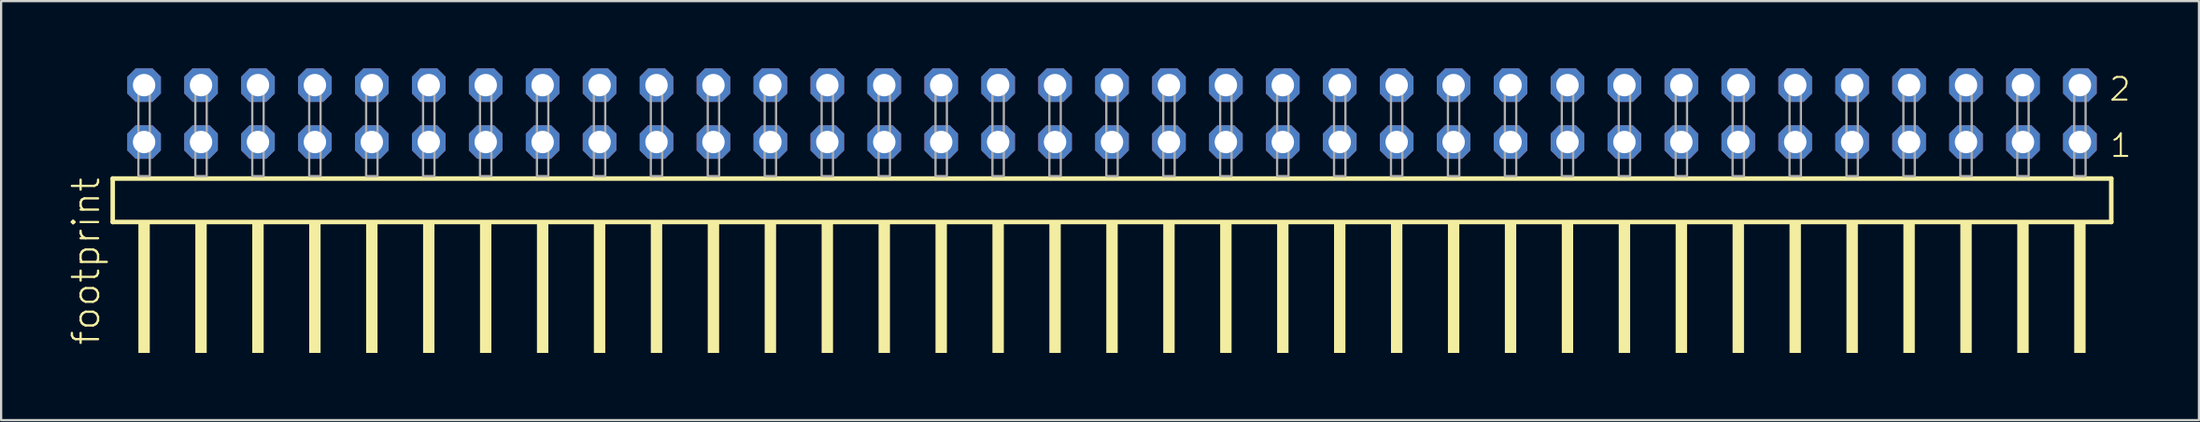
<source format=kicad_pcb>
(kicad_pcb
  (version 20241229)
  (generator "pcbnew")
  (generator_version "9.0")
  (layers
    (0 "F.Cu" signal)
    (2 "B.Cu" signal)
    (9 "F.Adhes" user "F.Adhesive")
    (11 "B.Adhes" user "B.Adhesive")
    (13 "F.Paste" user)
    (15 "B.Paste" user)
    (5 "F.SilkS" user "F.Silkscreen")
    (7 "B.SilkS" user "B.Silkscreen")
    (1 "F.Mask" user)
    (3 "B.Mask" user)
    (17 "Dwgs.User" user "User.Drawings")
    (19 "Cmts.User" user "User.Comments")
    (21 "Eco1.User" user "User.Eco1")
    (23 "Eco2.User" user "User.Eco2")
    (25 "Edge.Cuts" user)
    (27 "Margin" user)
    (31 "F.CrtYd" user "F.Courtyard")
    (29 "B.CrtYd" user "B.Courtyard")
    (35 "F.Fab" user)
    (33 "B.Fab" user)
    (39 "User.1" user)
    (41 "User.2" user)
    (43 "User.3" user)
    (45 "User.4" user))
  (footprint "footprint"
    (layer "F.Cu")
    (at 46.558 4.814)
    (property "Reference" "footprint" (at -45.085 7.62 90) (layer "F.SilkS") (effects (font (size 1.168 1.168) (thickness 0.102)) (justify left bottom)))
    (fp_line (start -44.579 0.106) (end -44.579 2.046) (stroke (width 0.203) (type solid)) (layer "F.SilkS"))
    (fp_line (start -44.579 2.046) (end 44.579 2.046) (stroke (width 0.203) (type solid)) (layer "F.SilkS"))
    (fp_line (start 44.579 0.106) (end -44.579 0.106) (stroke (width 0.203) (type solid)) (layer "F.SilkS"))
    (fp_line (start 44.579 2.046) (end 44.579 0.106) (stroke (width 0.203) (type solid)) (layer "F.SilkS"))
    (fp_poly (pts (xy -43.434 7.89) (xy -42.926 7.89) (xy -42.926 2.04) (xy -43.434 2.04)) (stroke (width 0) (type solid)) (fill yes) (layer "F.SilkS"))
    (fp_poly (pts (xy -40.894 7.89) (xy -40.386 7.89) (xy -40.386 2.04) (xy -40.894 2.04)) (stroke (width 0) (type solid)) (fill yes) (layer "F.SilkS"))
    (fp_poly (pts (xy -38.354 7.89) (xy -37.846 7.89) (xy -37.846 2.04) (xy -38.354 2.04)) (stroke (width 0) (type solid)) (fill yes) (layer "F.SilkS"))
    (fp_poly (pts (xy -35.814 7.89) (xy -35.306 7.89) (xy -35.306 2.04) (xy -35.814 2.04)) (stroke (width 0) (type solid)) (fill yes) (layer "F.SilkS"))
    (fp_poly (pts (xy -33.274 7.89) (xy -32.766 7.89) (xy -32.766 2.04) (xy -33.274 2.04)) (stroke (width 0) (type solid)) (fill yes) (layer "F.SilkS"))
    (fp_poly (pts (xy -30.734 7.89) (xy -30.226 7.89) (xy -30.226 2.04) (xy -30.734 2.04)) (stroke (width 0) (type solid)) (fill yes) (layer "F.SilkS"))
    (fp_poly (pts (xy -28.194 7.89) (xy -27.686 7.89) (xy -27.686 2.04) (xy -28.194 2.04)) (stroke (width 0) (type solid)) (fill yes) (layer "F.SilkS"))
    (fp_poly (pts (xy -25.654 7.89) (xy -25.146 7.89) (xy -25.146 2.04) (xy -25.654 2.04)) (stroke (width 0) (type solid)) (fill yes) (layer "F.SilkS"))
    (fp_poly (pts (xy -23.114 7.89) (xy -22.606 7.89) (xy -22.606 2.04) (xy -23.114 2.04)) (stroke (width 0) (type solid)) (fill yes) (layer "F.SilkS"))
    (fp_poly (pts (xy -20.574 7.89) (xy -20.066 7.89) (xy -20.066 2.04) (xy -20.574 2.04)) (stroke (width 0) (type solid)) (fill yes) (layer "F.SilkS"))
    (fp_poly (pts (xy -18.034 7.89) (xy -17.526 7.89) (xy -17.526 2.04) (xy -18.034 2.04)) (stroke (width 0) (type solid)) (fill yes) (layer "F.SilkS"))
    (fp_poly (pts (xy -15.494 7.89) (xy -14.986 7.89) (xy -14.986 2.04) (xy -15.494 2.04)) (stroke (width 0) (type solid)) (fill yes) (layer "F.SilkS"))
    (fp_poly (pts (xy -12.954 7.89) (xy -12.446 7.89) (xy -12.446 2.04) (xy -12.954 2.04)) (stroke (width 0) (type solid)) (fill yes) (layer "F.SilkS"))
    (fp_poly (pts (xy -10.414 7.89) (xy -9.906 7.89) (xy -9.906 2.04) (xy -10.414 2.04)) (stroke (width 0) (type solid)) (fill yes) (layer "F.SilkS"))
    (fp_poly (pts (xy -7.874 7.89) (xy -7.366 7.89) (xy -7.366 2.04) (xy -7.874 2.04)) (stroke (width 0) (type solid)) (fill yes) (layer "F.SilkS"))
    (fp_poly (pts (xy -5.334 7.89) (xy -4.826 7.89) (xy -4.826 2.04) (xy -5.334 2.04)) (stroke (width 0) (type solid)) (fill yes) (layer "F.SilkS"))
    (fp_poly (pts (xy -2.794 7.89) (xy -2.286 7.89) (xy -2.286 2.04) (xy -2.794 2.04)) (stroke (width 0) (type solid)) (fill yes) (layer "F.SilkS"))
    (fp_poly (pts (xy -0.254 7.89) (xy 0.254 7.89) (xy 0.254 2.04) (xy -0.254 2.04)) (stroke (width 0) (type solid)) (fill yes) (layer "F.SilkS"))
    (fp_poly (pts (xy 2.286 7.89) (xy 2.794 7.89) (xy 2.794 2.04) (xy 2.286 2.04)) (stroke (width 0) (type solid)) (fill yes) (layer "F.SilkS"))
    (fp_poly (pts (xy 4.826 7.89) (xy 5.334 7.89) (xy 5.334 2.04) (xy 4.826 2.04)) (stroke (width 0) (type solid)) (fill yes) (layer "F.SilkS"))
    (fp_poly (pts (xy 7.366 7.89) (xy 7.874 7.89) (xy 7.874 2.04) (xy 7.366 2.04)) (stroke (width 0) (type solid)) (fill yes) (layer "F.SilkS"))
    (fp_poly (pts (xy 9.906 7.89) (xy 10.414 7.89) (xy 10.414 2.04) (xy 9.906 2.04)) (stroke (width 0) (type solid)) (fill yes) (layer "F.SilkS"))
    (fp_poly (pts (xy 12.446 7.89) (xy 12.954 7.89) (xy 12.954 2.04) (xy 12.446 2.04)) (stroke (width 0) (type solid)) (fill yes) (layer "F.SilkS"))
    (fp_poly (pts (xy 14.986 7.89) (xy 15.494 7.89) (xy 15.494 2.04) (xy 14.986 2.04)) (stroke (width 0) (type solid)) (fill yes) (layer "F.SilkS"))
    (fp_poly (pts (xy 17.526 7.89) (xy 18.034 7.89) (xy 18.034 2.04) (xy 17.526 2.04)) (stroke (width 0) (type solid)) (fill yes) (layer "F.SilkS"))
    (fp_poly (pts (xy 20.066 7.89) (xy 20.574 7.89) (xy 20.574 2.04) (xy 20.066 2.04)) (stroke (width 0) (type solid)) (fill yes) (layer "F.SilkS"))
    (fp_poly (pts (xy 22.606 7.89) (xy 23.114 7.89) (xy 23.114 2.04) (xy 22.606 2.04)) (stroke (width 0) (type solid)) (fill yes) (layer "F.SilkS"))
    (fp_poly (pts (xy 25.146 7.89) (xy 25.654 7.89) (xy 25.654 2.04) (xy 25.146 2.04)) (stroke (width 0) (type solid)) (fill yes) (layer "F.SilkS"))
    (fp_poly (pts (xy 27.686 7.89) (xy 28.194 7.89) (xy 28.194 2.04) (xy 27.686 2.04)) (stroke (width 0) (type solid)) (fill yes) (layer "F.SilkS"))
    (fp_poly (pts (xy 30.226 7.89) (xy 30.734 7.89) (xy 30.734 2.04) (xy 30.226 2.04)) (stroke (width 0) (type solid)) (fill yes) (layer "F.SilkS"))
    (fp_poly (pts (xy 32.766 7.89) (xy 33.274 7.89) (xy 33.274 2.04) (xy 32.766 2.04)) (stroke (width 0) (type solid)) (fill yes) (layer "F.SilkS"))
    (fp_poly (pts (xy 35.306 7.89) (xy 35.814 7.89) (xy 35.814 2.04) (xy 35.306 2.04)) (stroke (width 0) (type solid)) (fill yes) (layer "F.SilkS"))
    (fp_poly (pts (xy 37.846 7.89) (xy 38.354 7.89) (xy 38.354 2.04) (xy 37.846 2.04)) (stroke (width 0) (type solid)) (fill yes) (layer "F.SilkS"))
    (fp_poly (pts (xy 40.386 7.89) (xy 40.894 7.89) (xy 40.894 2.04) (xy 40.386 2.04)) (stroke (width 0) (type solid)) (fill yes) (layer "F.SilkS"))
    (fp_poly (pts (xy 42.926 7.89) (xy 43.434 7.89) (xy 43.434 2.04) (xy 42.926 2.04)) (stroke (width 0) (type solid)) (fill yes) (layer "F.SilkS"))
    (fp_poly (pts (xy -43.434 0) (xy -42.926 0) (xy -42.926 -4.318) (xy -43.434 -4.318)) (stroke (width 0.1) (type solid)) (fill no) (layer "F.Fab"))
    (fp_poly (pts (xy -40.894 0) (xy -40.386 0) (xy -40.386 -4.318) (xy -40.894 -4.318)) (stroke (width 0.1) (type solid)) (fill no) (layer "F.Fab"))
    (fp_poly (pts (xy -38.354 0) (xy -37.846 0) (xy -37.846 -4.318) (xy -38.354 -4.318)) (stroke (width 0.1) (type solid)) (fill no) (layer "F.Fab"))
    (fp_poly (pts (xy -35.814 0) (xy -35.306 0) (xy -35.306 -4.318) (xy -35.814 -4.318)) (stroke (width 0.1) (type solid)) (fill no) (layer "F.Fab"))
    (fp_poly (pts (xy -33.274 0) (xy -32.766 0) (xy -32.766 -4.318) (xy -33.274 -4.318)) (stroke (width 0.1) (type solid)) (fill no) (layer "F.Fab"))
    (fp_poly (pts (xy -30.734 0) (xy -30.226 0) (xy -30.226 -4.318) (xy -30.734 -4.318)) (stroke (width 0.1) (type solid)) (fill no) (layer "F.Fab"))
    (fp_poly (pts (xy -28.194 0) (xy -27.686 0) (xy -27.686 -4.318) (xy -28.194 -4.318)) (stroke (width 0.1) (type solid)) (fill no) (layer "F.Fab"))
    (fp_poly (pts (xy -25.654 0) (xy -25.146 0) (xy -25.146 -4.318) (xy -25.654 -4.318)) (stroke (width 0.1) (type solid)) (fill no) (layer "F.Fab"))
    (fp_poly (pts (xy -23.114 0) (xy -22.606 0) (xy -22.606 -4.318) (xy -23.114 -4.318)) (stroke (width 0.1) (type solid)) (fill no) (layer "F.Fab"))
    (fp_poly (pts (xy -20.574 0) (xy -20.066 0) (xy -20.066 -4.318) (xy -20.574 -4.318)) (stroke (width 0.1) (type solid)) (fill no) (layer "F.Fab"))
    (fp_poly (pts (xy -18.034 0) (xy -17.526 0) (xy -17.526 -4.318) (xy -18.034 -4.318)) (stroke (width 0.1) (type solid)) (fill no) (layer "F.Fab"))
    (fp_poly (pts (xy -15.494 0) (xy -14.986 0) (xy -14.986 -4.318) (xy -15.494 -4.318)) (stroke (width 0.1) (type solid)) (fill no) (layer "F.Fab"))
    (fp_poly (pts (xy -12.954 0) (xy -12.446 0) (xy -12.446 -4.318) (xy -12.954 -4.318)) (stroke (width 0.1) (type solid)) (fill no) (layer "F.Fab"))
    (fp_poly (pts (xy -10.414 0) (xy -9.906 0) (xy -9.906 -4.318) (xy -10.414 -4.318)) (stroke (width 0.1) (type solid)) (fill no) (layer "F.Fab"))
    (fp_poly (pts (xy -7.874 0) (xy -7.366 0) (xy -7.366 -4.318) (xy -7.874 -4.318)) (stroke (width 0.1) (type solid)) (fill no) (layer "F.Fab"))
    (fp_poly (pts (xy -5.334 0) (xy -4.826 0) (xy -4.826 -4.318) (xy -5.334 -4.318)) (stroke (width 0.1) (type solid)) (fill no) (layer "F.Fab"))
    (fp_poly (pts (xy -2.794 0) (xy -2.286 0) (xy -2.286 -4.318) (xy -2.794 -4.318)) (stroke (width 0.1) (type solid)) (fill no) (layer "F.Fab"))
    (fp_poly (pts (xy -0.254 0) (xy 0.254 0) (xy 0.254 -4.318) (xy -0.254 -4.318)) (stroke (width 0.1) (type solid)) (fill no) (layer "F.Fab"))
    (fp_poly (pts (xy 2.286 0) (xy 2.794 0) (xy 2.794 -4.318) (xy 2.286 -4.318)) (stroke (width 0.1) (type solid)) (fill no) (layer "F.Fab"))
    (fp_poly (pts (xy 4.826 0) (xy 5.334 0) (xy 5.334 -4.318) (xy 4.826 -4.318)) (stroke (width 0.1) (type solid)) (fill no) (layer "F.Fab"))
    (fp_poly (pts (xy 7.366 0) (xy 7.874 0) (xy 7.874 -4.318) (xy 7.366 -4.318)) (stroke (width 0.1) (type solid)) (fill no) (layer "F.Fab"))
    (fp_poly (pts (xy 9.906 0) (xy 10.414 0) (xy 10.414 -4.318) (xy 9.906 -4.318)) (stroke (width 0.1) (type solid)) (fill no) (layer "F.Fab"))
    (fp_poly (pts (xy 12.446 0) (xy 12.954 0) (xy 12.954 -4.318) (xy 12.446 -4.318)) (stroke (width 0.1) (type solid)) (fill no) (layer "F.Fab"))
    (fp_poly (pts (xy 14.986 0) (xy 15.494 0) (xy 15.494 -4.318) (xy 14.986 -4.318)) (stroke (width 0.1) (type solid)) (fill no) (layer "F.Fab"))
    (fp_poly (pts (xy 17.526 0) (xy 18.034 0) (xy 18.034 -4.318) (xy 17.526 -4.318)) (stroke (width 0.1) (type solid)) (fill no) (layer "F.Fab"))
    (fp_poly (pts (xy 20.066 0) (xy 20.574 0) (xy 20.574 -4.318) (xy 20.066 -4.318)) (stroke (width 0.1) (type solid)) (fill no) (layer "F.Fab"))
    (fp_poly (pts (xy 22.606 0) (xy 23.114 0) (xy 23.114 -4.318) (xy 22.606 -4.318)) (stroke (width 0.1) (type solid)) (fill no) (layer "F.Fab"))
    (fp_poly (pts (xy 25.146 0) (xy 25.654 0) (xy 25.654 -4.318) (xy 25.146 -4.318)) (stroke (width 0.1) (type solid)) (fill no) (layer "F.Fab"))
    (fp_poly (pts (xy 27.686 0) (xy 28.194 0) (xy 28.194 -4.318) (xy 27.686 -4.318)) (stroke (width 0.1) (type solid)) (fill no) (layer "F.Fab"))
    (fp_poly (pts (xy 30.226 0) (xy 30.734 0) (xy 30.734 -4.318) (xy 30.226 -4.318)) (stroke (width 0.1) (type solid)) (fill no) (layer "F.Fab"))
    (fp_poly (pts (xy 32.766 0) (xy 33.274 0) (xy 33.274 -4.318) (xy 32.766 -4.318)) (stroke (width 0.1) (type solid)) (fill no) (layer "F.Fab"))
    (fp_poly (pts (xy 35.306 0) (xy 35.814 0) (xy 35.814 -4.318) (xy 35.306 -4.318)) (stroke (width 0.1) (type solid)) (fill no) (layer "F.Fab"))
    (fp_poly (pts (xy 37.846 0) (xy 38.354 0) (xy 38.354 -4.318) (xy 37.846 -4.318)) (stroke (width 0.1) (type solid)) (fill no) (layer "F.Fab"))
    (fp_poly (pts (xy 40.386 0) (xy 40.894 0) (xy 40.894 -4.318) (xy 40.386 -4.318)) (stroke (width 0.1) (type solid)) (fill no) (layer "F.Fab"))
    (fp_poly (pts (xy 42.926 0) (xy 43.434 0) (xy 43.434 -4.318) (xy 42.926 -4.318)) (stroke (width 0.1) (type solid)) (fill no) (layer "F.Fab"))
    (fp_text user "2" (at 44.43 -3.29 0) (layer "F.SilkS") (effects (font (size 1.012 1.012) (thickness 0.088)) (justify left bottom)))
    (fp_text user "1" (at 44.465 -0.775 0) (layer "F.SilkS") (effects (font (size 1.012 1.012) (thickness 0.088)) (justify left bottom)))
    (pad "1" thru_hole roundrect (at 43.18 -1.524 180) (size 1.5 1.5) (drill 1) (layers "*.Cu" "*.Mask") (roundrect_rratio 0.25) (chamfer_ratio 0.25) (chamfer top_left top_right bottom_left bottom_right))
    (pad "2" thru_hole roundrect (at 43.18 -4.064 180) (size 1.5 1.5) (drill 1) (layers "*.Cu" "*.Mask") (roundrect_rratio 0.25) (chamfer_ratio 0.25) (chamfer top_left top_right bottom_left bottom_right))
    (pad "3" thru_hole roundrect (at 40.64 -1.524 180) (size 1.5 1.5) (drill 1) (layers "*.Cu" "*.Mask") (roundrect_rratio 0.25) (chamfer_ratio 0.25) (chamfer top_left top_right bottom_left bottom_right))
    (pad "4" thru_hole roundrect (at 40.64 -4.064 180) (size 1.5 1.5) (drill 1) (layers "*.Cu" "*.Mask") (roundrect_rratio 0.25) (chamfer_ratio 0.25) (chamfer top_left top_right bottom_left bottom_right))
    (pad "5" thru_hole roundrect (at 38.1 -1.524 180) (size 1.5 1.5) (drill 1) (layers "*.Cu" "*.Mask") (roundrect_rratio 0.25) (chamfer_ratio 0.25) (chamfer top_left top_right bottom_left bottom_right))
    (pad "6" thru_hole roundrect (at 38.1 -4.064 180) (size 1.5 1.5) (drill 1) (layers "*.Cu" "*.Mask") (roundrect_rratio 0.25) (chamfer_ratio 0.25) (chamfer top_left top_right bottom_left bottom_right))
    (pad "7" thru_hole roundrect (at 35.56 -1.524 180) (size 1.5 1.5) (drill 1) (layers "*.Cu" "*.Mask") (roundrect_rratio 0.25) (chamfer_ratio 0.25) (chamfer top_left top_right bottom_left bottom_right))
    (pad "8" thru_hole roundrect (at 35.56 -4.064 180) (size 1.5 1.5) (drill 1) (layers "*.Cu" "*.Mask") (roundrect_rratio 0.25) (chamfer_ratio 0.25) (chamfer top_left top_right bottom_left bottom_right))
    (pad "9" thru_hole roundrect (at 33.02 -1.524 180) (size 1.5 1.5) (drill 1) (layers "*.Cu" "*.Mask") (roundrect_rratio 0.25) (chamfer_ratio 0.25) (chamfer top_left top_right bottom_left bottom_right))
    (pad "10" thru_hole roundrect (at 33.02 -4.064 180) (size 1.5 1.5) (drill 1) (layers "*.Cu" "*.Mask") (roundrect_rratio 0.25) (chamfer_ratio 0.25) (chamfer top_left top_right bottom_left bottom_right))
    (pad "11" thru_hole roundrect (at 30.48 -1.524 180) (size 1.5 1.5) (drill 1) (layers "*.Cu" "*.Mask") (roundrect_rratio 0.25) (chamfer_ratio 0.25) (chamfer top_left top_right bottom_left bottom_right))
    (pad "12" thru_hole roundrect (at 30.48 -4.064 180) (size 1.5 1.5) (drill 1) (layers "*.Cu" "*.Mask") (roundrect_rratio 0.25) (chamfer_ratio 0.25) (chamfer top_left top_right bottom_left bottom_right))
    (pad "13" thru_hole roundrect (at 27.94 -1.524 180) (size 1.5 1.5) (drill 1) (layers "*.Cu" "*.Mask") (roundrect_rratio 0.25) (chamfer_ratio 0.25) (chamfer top_left top_right bottom_left bottom_right))
    (pad "14" thru_hole roundrect (at 27.94 -4.064 180) (size 1.5 1.5) (drill 1) (layers "*.Cu" "*.Mask") (roundrect_rratio 0.25) (chamfer_ratio 0.25) (chamfer top_left top_right bottom_left bottom_right))
    (pad "15" thru_hole roundrect (at 25.4 -1.524 180) (size 1.5 1.5) (drill 1) (layers "*.Cu" "*.Mask") (roundrect_rratio 0.25) (chamfer_ratio 0.25) (chamfer top_left top_right bottom_left bottom_right))
    (pad "16" thru_hole roundrect (at 25.4 -4.064 180) (size 1.5 1.5) (drill 1) (layers "*.Cu" "*.Mask") (roundrect_rratio 0.25) (chamfer_ratio 0.25) (chamfer top_left top_right bottom_left bottom_right))
    (pad "17" thru_hole roundrect (at 22.86 -1.524 180) (size 1.5 1.5) (drill 1) (layers "*.Cu" "*.Mask") (roundrect_rratio 0.25) (chamfer_ratio 0.25) (chamfer top_left top_right bottom_left bottom_right))
    (pad "18" thru_hole roundrect (at 22.86 -4.064 180) (size 1.5 1.5) (drill 1) (layers "*.Cu" "*.Mask") (roundrect_rratio 0.25) (chamfer_ratio 0.25) (chamfer top_left top_right bottom_left bottom_right))
    (pad "19" thru_hole roundrect (at 20.32 -1.524 180) (size 1.5 1.5) (drill 1) (layers "*.Cu" "*.Mask") (roundrect_rratio 0.25) (chamfer_ratio 0.25) (chamfer top_left top_right bottom_left bottom_right))
    (pad "20" thru_hole roundrect (at 20.32 -4.064 180) (size 1.5 1.5) (drill 1) (layers "*.Cu" "*.Mask") (roundrect_rratio 0.25) (chamfer_ratio 0.25) (chamfer top_left top_right bottom_left bottom_right))
    (pad "21" thru_hole roundrect (at 17.78 -1.524 180) (size 1.5 1.5) (drill 1) (layers "*.Cu" "*.Mask") (roundrect_rratio 0.25) (chamfer_ratio 0.25) (chamfer top_left top_right bottom_left bottom_right))
    (pad "22" thru_hole roundrect (at 17.78 -4.064 180) (size 1.5 1.5) (drill 1) (layers "*.Cu" "*.Mask") (roundrect_rratio 0.25) (chamfer_ratio 0.25) (chamfer top_left top_right bottom_left bottom_right))
    (pad "23" thru_hole roundrect (at 15.24 -1.524 180) (size 1.5 1.5) (drill 1) (layers "*.Cu" "*.Mask") (roundrect_rratio 0.25) (chamfer_ratio 0.25) (chamfer top_left top_right bottom_left bottom_right))
    (pad "24" thru_hole roundrect (at 15.24 -4.064 180) (size 1.5 1.5) (drill 1) (layers "*.Cu" "*.Mask") (roundrect_rratio 0.25) (chamfer_ratio 0.25) (chamfer top_left top_right bottom_left bottom_right))
    (pad "25" thru_hole roundrect (at 12.7 -1.524 180) (size 1.5 1.5) (drill 1) (layers "*.Cu" "*.Mask") (roundrect_rratio 0.25) (chamfer_ratio 0.25) (chamfer top_left top_right bottom_left bottom_right))
    (pad "26" thru_hole roundrect (at 12.7 -4.064 180) (size 1.5 1.5) (drill 1) (layers "*.Cu" "*.Mask") (roundrect_rratio 0.25) (chamfer_ratio 0.25) (chamfer top_left top_right bottom_left bottom_right))
    (pad "27" thru_hole roundrect (at 10.16 -1.524 180) (size 1.5 1.5) (drill 1) (layers "*.Cu" "*.Mask") (roundrect_rratio 0.25) (chamfer_ratio 0.25) (chamfer top_left top_right bottom_left bottom_right))
    (pad "28" thru_hole roundrect (at 10.16 -4.064 180) (size 1.5 1.5) (drill 1) (layers "*.Cu" "*.Mask") (roundrect_rratio 0.25) (chamfer_ratio 0.25) (chamfer top_left top_right bottom_left bottom_right))
    (pad "29" thru_hole roundrect (at 7.62 -1.524 180) (size 1.5 1.5) (drill 1) (layers "*.Cu" "*.Mask") (roundrect_rratio 0.25) (chamfer_ratio 0.25) (chamfer top_left top_right bottom_left bottom_right))
    (pad "30" thru_hole roundrect (at 7.62 -4.064 180) (size 1.5 1.5) (drill 1) (layers "*.Cu" "*.Mask") (roundrect_rratio 0.25) (chamfer_ratio 0.25) (chamfer top_left top_right bottom_left bottom_right))
    (pad "31" thru_hole roundrect (at 5.08 -1.524 180) (size 1.5 1.5) (drill 1) (layers "*.Cu" "*.Mask") (roundrect_rratio 0.25) (chamfer_ratio 0.25) (chamfer top_left top_right bottom_left bottom_right))
    (pad "32" thru_hole roundrect (at 5.08 -4.064 180) (size 1.5 1.5) (drill 1) (layers "*.Cu" "*.Mask") (roundrect_rratio 0.25) (chamfer_ratio 0.25) (chamfer top_left top_right bottom_left bottom_right))
    (pad "33" thru_hole roundrect (at 2.54 -1.524 180) (size 1.5 1.5) (drill 1) (layers "*.Cu" "*.Mask") (roundrect_rratio 0.25) (chamfer_ratio 0.25) (chamfer top_left top_right bottom_left bottom_right))
    (pad "34" thru_hole roundrect (at 2.54 -4.064 180) (size 1.5 1.5) (drill 1) (layers "*.Cu" "*.Mask") (roundrect_rratio 0.25) (chamfer_ratio 0.25) (chamfer top_left top_right bottom_left bottom_right))
    (pad "35" thru_hole roundrect (at 0 -1.524 180) (size 1.5 1.5) (drill 1) (layers "*.Cu" "*.Mask") (roundrect_rratio 0.25) (chamfer_ratio 0.25) (chamfer top_left top_right bottom_left bottom_right))
    (pad "36" thru_hole roundrect (at 0 -4.064 180) (size 1.5 1.5) (drill 1) (layers "*.Cu" "*.Mask") (roundrect_rratio 0.25) (chamfer_ratio 0.25) (chamfer top_left top_right bottom_left bottom_right))
    (pad "37" thru_hole roundrect (at -2.54 -1.524 180) (size 1.5 1.5) (drill 1) (layers "*.Cu" "*.Mask") (roundrect_rratio 0.25) (chamfer_ratio 0.25) (chamfer top_left top_right bottom_left bottom_right))
    (pad "38" thru_hole roundrect (at -2.54 -4.064 180) (size 1.5 1.5) (drill 1) (layers "*.Cu" "*.Mask") (roundrect_rratio 0.25) (chamfer_ratio 0.25) (chamfer top_left top_right bottom_left bottom_right))
    (pad "39" thru_hole roundrect (at -5.08 -1.524 180) (size 1.5 1.5) (drill 1) (layers "*.Cu" "*.Mask") (roundrect_rratio 0.25) (chamfer_ratio 0.25) (chamfer top_left top_right bottom_left bottom_right))
    (pad "40" thru_hole roundrect (at -5.08 -4.064 180) (size 1.5 1.5) (drill 1) (layers "*.Cu" "*.Mask") (roundrect_rratio 0.25) (chamfer_ratio 0.25) (chamfer top_left top_right bottom_left bottom_right))
    (pad "41" thru_hole roundrect (at -7.62 -1.524 180) (size 1.5 1.5) (drill 1) (layers "*.Cu" "*.Mask") (roundrect_rratio 0.25) (chamfer_ratio 0.25) (chamfer top_left top_right bottom_left bottom_right))
    (pad "42" thru_hole roundrect (at -7.62 -4.064 180) (size 1.5 1.5) (drill 1) (layers "*.Cu" "*.Mask") (roundrect_rratio 0.25) (chamfer_ratio 0.25) (chamfer top_left top_right bottom_left bottom_right))
    (pad "43" thru_hole roundrect (at -10.16 -1.524 180) (size 1.5 1.5) (drill 1) (layers "*.Cu" "*.Mask") (roundrect_rratio 0.25) (chamfer_ratio 0.25) (chamfer top_left top_right bottom_left bottom_right))
    (pad "44" thru_hole roundrect (at -10.16 -4.064 180) (size 1.5 1.5) (drill 1) (layers "*.Cu" "*.Mask") (roundrect_rratio 0.25) (chamfer_ratio 0.25) (chamfer top_left top_right bottom_left bottom_right))
    (pad "45" thru_hole roundrect (at -12.7 -1.524 180) (size 1.5 1.5) (drill 1) (layers "*.Cu" "*.Mask") (roundrect_rratio 0.25) (chamfer_ratio 0.25) (chamfer top_left top_right bottom_left bottom_right))
    (pad "46" thru_hole roundrect (at -12.7 -4.064 180) (size 1.5 1.5) (drill 1) (layers "*.Cu" "*.Mask") (roundrect_rratio 0.25) (chamfer_ratio 0.25) (chamfer top_left top_right bottom_left bottom_right))
    (pad "47" thru_hole roundrect (at -15.24 -1.524 180) (size 1.5 1.5) (drill 1) (layers "*.Cu" "*.Mask") (roundrect_rratio 0.25) (chamfer_ratio 0.25) (chamfer top_left top_right bottom_left bottom_right))
    (pad "48" thru_hole roundrect (at -15.24 -4.064 180) (size 1.5 1.5) (drill 1) (layers "*.Cu" "*.Mask") (roundrect_rratio 0.25) (chamfer_ratio 0.25) (chamfer top_left top_right bottom_left bottom_right))
    (pad "49" thru_hole roundrect (at -17.78 -1.524 180) (size 1.5 1.5) (drill 1) (layers "*.Cu" "*.Mask") (roundrect_rratio 0.25) (chamfer_ratio 0.25) (chamfer top_left top_right bottom_left bottom_right))
    (pad "50" thru_hole roundrect (at -17.78 -4.064 180) (size 1.5 1.5) (drill 1) (layers "*.Cu" "*.Mask") (roundrect_rratio 0.25) (chamfer_ratio 0.25) (chamfer top_left top_right bottom_left bottom_right))
    (pad "51" thru_hole roundrect (at -20.32 -1.524 180) (size 1.5 1.5) (drill 1) (layers "*.Cu" "*.Mask") (roundrect_rratio 0.25) (chamfer_ratio 0.25) (chamfer top_left top_right bottom_left bottom_right))
    (pad "52" thru_hole roundrect (at -20.32 -4.064 180) (size 1.5 1.5) (drill 1) (layers "*.Cu" "*.Mask") (roundrect_rratio 0.25) (chamfer_ratio 0.25) (chamfer top_left top_right bottom_left bottom_right))
    (pad "53" thru_hole roundrect (at -22.86 -1.524 180) (size 1.5 1.5) (drill 1) (layers "*.Cu" "*.Mask") (roundrect_rratio 0.25) (chamfer_ratio 0.25) (chamfer top_left top_right bottom_left bottom_right))
    (pad "54" thru_hole roundrect (at -22.86 -4.064 180) (size 1.5 1.5) (drill 1) (layers "*.Cu" "*.Mask") (roundrect_rratio 0.25) (chamfer_ratio 0.25) (chamfer top_left top_right bottom_left bottom_right))
    (pad "55" thru_hole roundrect (at -25.4 -1.524 180) (size 1.5 1.5) (drill 1) (layers "*.Cu" "*.Mask") (roundrect_rratio 0.25) (chamfer_ratio 0.25) (chamfer top_left top_right bottom_left bottom_right))
    (pad "56" thru_hole roundrect (at -25.4 -4.064 180) (size 1.5 1.5) (drill 1) (layers "*.Cu" "*.Mask") (roundrect_rratio 0.25) (chamfer_ratio 0.25) (chamfer top_left top_right bottom_left bottom_right))
    (pad "57" thru_hole roundrect (at -27.94 -1.524 180) (size 1.5 1.5) (drill 1) (layers "*.Cu" "*.Mask") (roundrect_rratio 0.25) (chamfer_ratio 0.25) (chamfer top_left top_right bottom_left bottom_right))
    (pad "58" thru_hole roundrect (at -27.94 -4.064 180) (size 1.5 1.5) (drill 1) (layers "*.Cu" "*.Mask") (roundrect_rratio 0.25) (chamfer_ratio 0.25) (chamfer top_left top_right bottom_left bottom_right))
    (pad "59" thru_hole roundrect (at -30.48 -1.524 180) (size 1.5 1.5) (drill 1) (layers "*.Cu" "*.Mask") (roundrect_rratio 0.25) (chamfer_ratio 0.25) (chamfer top_left top_right bottom_left bottom_right))
    (pad "60" thru_hole roundrect (at -30.48 -4.064 180) (size 1.5 1.5) (drill 1) (layers "*.Cu" "*.Mask") (roundrect_rratio 0.25) (chamfer_ratio 0.25) (chamfer top_left top_right bottom_left bottom_right))
    (pad "61" thru_hole roundrect (at -33.02 -1.524 180) (size 1.5 1.5) (drill 1) (layers "*.Cu" "*.Mask") (roundrect_rratio 0.25) (chamfer_ratio 0.25) (chamfer top_left top_right bottom_left bottom_right))
    (pad "62" thru_hole roundrect (at -33.02 -4.064 180) (size 1.5 1.5) (drill 1) (layers "*.Cu" "*.Mask") (roundrect_rratio 0.25) (chamfer_ratio 0.25) (chamfer top_left top_right bottom_left bottom_right))
    (pad "63" thru_hole roundrect (at -35.56 -1.524 180) (size 1.5 1.5) (drill 1) (layers "*.Cu" "*.Mask") (roundrect_rratio 0.25) (chamfer_ratio 0.25) (chamfer top_left top_right bottom_left bottom_right))
    (pad "64" thru_hole roundrect (at -35.56 -4.064 180) (size 1.5 1.5) (drill 1) (layers "*.Cu" "*.Mask") (roundrect_rratio 0.25) (chamfer_ratio 0.25) (chamfer top_left top_right bottom_left bottom_right))
    (pad "65" thru_hole roundrect (at -38.1 -1.524 180) (size 1.5 1.5) (drill 1) (layers "*.Cu" "*.Mask") (roundrect_rratio 0.25) (chamfer_ratio 0.25) (chamfer top_left top_right bottom_left bottom_right))
    (pad "66" thru_hole roundrect (at -38.1 -4.064 180) (size 1.5 1.5) (drill 1) (layers "*.Cu" "*.Mask") (roundrect_rratio 0.25) (chamfer_ratio 0.25) (chamfer top_left top_right bottom_left bottom_right))
    (pad "67" thru_hole roundrect (at -40.64 -1.524 180) (size 1.5 1.5) (drill 1) (layers "*.Cu" "*.Mask") (roundrect_rratio 0.25) (chamfer_ratio 0.25) (chamfer top_left top_right bottom_left bottom_right))
    (pad "68" thru_hole roundrect (at -40.64 -4.064 180) (size 1.5 1.5) (drill 1) (layers "*.Cu" "*.Mask") (roundrect_rratio 0.25) (chamfer_ratio 0.25) (chamfer top_left top_right bottom_left bottom_right))
    (pad "69" thru_hole roundrect (at -43.18 -1.524 180) (size 1.5 1.5) (drill 1) (layers "*.Cu" "*.Mask") (roundrect_rratio 0.25) (chamfer_ratio 0.25) (chamfer top_left top_right bottom_left bottom_right))
    (pad "70" thru_hole roundrect (at -43.18 -4.064 180) (size 1.5 1.5) (drill 1) (layers "*.Cu" "*.Mask") (roundrect_rratio 0.25) (chamfer_ratio 0.25) (chamfer top_left top_right bottom_left bottom_right)))
  (gr_rect
    (start -3 -3)
    (end 95.049 15.704)
    (stroke (width 0.1) (type default))
    (fill no)
    (layer "Edge.Cuts")))
</source>
